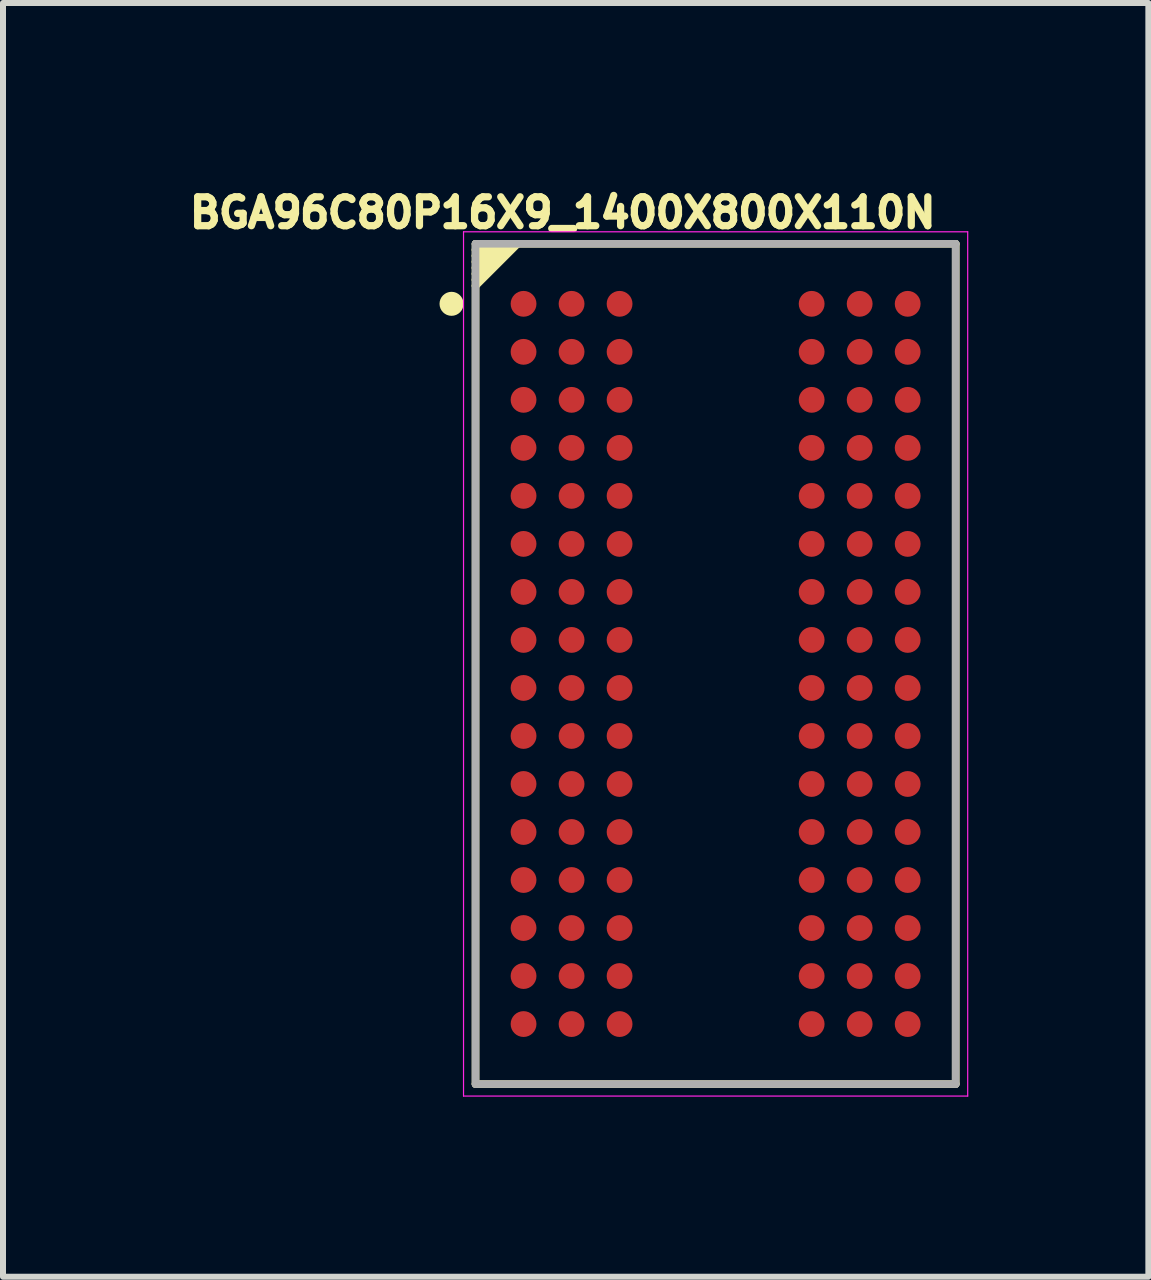
<source format=kicad_pcb>
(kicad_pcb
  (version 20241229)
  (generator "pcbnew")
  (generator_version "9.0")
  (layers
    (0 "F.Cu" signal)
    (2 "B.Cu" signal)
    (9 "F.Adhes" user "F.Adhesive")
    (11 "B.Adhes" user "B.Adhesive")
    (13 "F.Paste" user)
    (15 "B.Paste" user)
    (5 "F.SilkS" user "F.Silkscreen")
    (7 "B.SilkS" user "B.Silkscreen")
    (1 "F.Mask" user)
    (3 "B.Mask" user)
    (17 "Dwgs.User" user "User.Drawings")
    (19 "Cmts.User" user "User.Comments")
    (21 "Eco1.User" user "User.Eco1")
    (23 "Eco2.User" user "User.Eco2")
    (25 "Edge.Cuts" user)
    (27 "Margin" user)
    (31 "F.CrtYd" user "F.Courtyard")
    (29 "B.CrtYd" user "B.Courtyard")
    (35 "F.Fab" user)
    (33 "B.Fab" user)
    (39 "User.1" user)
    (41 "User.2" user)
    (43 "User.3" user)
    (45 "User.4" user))
  (footprint "BGA96C80P16X9_1400X800X110N"
    (layer "F.Cu")
    (at 8.873 8.012)
    (property "Reference" "BGA96C80P16X9_1400X800X110N" (at -2.547 -7.518 0) (layer "F.SilkS") (effects (font (size 0.482 0.482) (thickness 0.15))))
    (attr smd)
    (fp_line (start -4 -7) (end -3.9 -7) (stroke (width 0.127) (type solid)) (layer "F.SilkS"))
    (fp_line (start -4 -6.9) (end -4 -7) (stroke (width 0.127) (type solid)) (layer "F.SilkS"))
    (fp_line (start -4 -6.9) (end -3.9 -6.9) (stroke (width 0.127) (type solid)) (layer "F.SilkS"))
    (fp_line (start -4 -6.8) (end -4 -6.9) (stroke (width 0.127) (type solid)) (layer "F.SilkS"))
    (fp_line (start -4 -6.8) (end -3.8 -7) (stroke (width 0.127) (type solid)) (layer "F.SilkS"))
    (fp_line (start -4 -6.7) (end -4 -6.8) (stroke (width 0.127) (type solid)) (layer "F.SilkS"))
    (fp_line (start -4 -6.7) (end -3.7 -7) (stroke (width 0.127) (type solid)) (layer "F.SilkS"))
    (fp_line (start -4 -6.6) (end -4 -6.7) (stroke (width 0.127) (type solid)) (layer "F.SilkS"))
    (fp_line (start -4 -6.6) (end -3.6 -7) (stroke (width 0.127) (type solid)) (layer "F.SilkS"))
    (fp_line (start -4 -6.5) (end -4 -6.6) (stroke (width 0.127) (type solid)) (layer "F.SilkS"))
    (fp_line (start -4 -6.5) (end -3.5 -7) (stroke (width 0.127) (type solid)) (layer "F.SilkS"))
    (fp_line (start -4 -6.4) (end -4 -6.5) (stroke (width 0.127) (type solid)) (layer "F.SilkS"))
    (fp_line (start -4 -6.4) (end -3.4 -7) (stroke (width 0.127) (type solid)) (layer "F.SilkS"))
    (fp_line (start -4 -6.3) (end -4 -6.4) (stroke (width 0.127) (type solid)) (layer "F.SilkS"))
    (fp_line (start -4 -6.3) (end -3.3 -7) (stroke (width 0.127) (type solid)) (layer "F.SilkS"))
    (fp_line (start -4 7) (end -4 -6.3) (stroke (width 0.127) (type solid)) (layer "F.SilkS"))
    (fp_line (start -3.9 -7) (end -3.8 -7) (stroke (width 0.127) (type solid)) (layer "F.SilkS"))
    (fp_line (start -3.9 -6.9) (end -3.9 -7) (stroke (width 0.127) (type solid)) (layer "F.SilkS"))
    (fp_line (start -3.8 -7) (end -3.7 -7) (stroke (width 0.127) (type solid)) (layer "F.SilkS"))
    (fp_line (start -3.7 -7) (end -3.6 -7) (stroke (width 0.127) (type solid)) (layer "F.SilkS"))
    (fp_line (start -3.6 -7) (end -3.5 -7) (stroke (width 0.127) (type solid)) (layer "F.SilkS"))
    (fp_line (start -3.5 -7) (end -3.4 -7) (stroke (width 0.127) (type solid)) (layer "F.SilkS"))
    (fp_line (start -3.4 -7) (end -3.3 -7) (stroke (width 0.127) (type solid)) (layer "F.SilkS"))
    (fp_line (start -3.3 -7) (end 4 -7) (stroke (width 0.127) (type solid)) (layer "F.SilkS"))
    (fp_line (start 4 -7) (end 4 7) (stroke (width 0.127) (type solid)) (layer "F.SilkS"))
    (fp_line (start 4 7) (end -4 7) (stroke (width 0.127) (type solid)) (layer "F.SilkS"))
    (fp_circle (center -4.4 -6) (end -4.3 -6) (stroke (width 0.2) (type solid)) (fill no) (layer "F.SilkS"))
    (fp_line (start -4.2 -7.2) (end 4.2 -7.2) (stroke (width 0.02) (type solid)) (layer "F.CrtYd"))
    (fp_line (start -4.2 7.2) (end -4.2 -7.2) (stroke (width 0.02) (type solid)) (layer "F.CrtYd"))
    (fp_line (start 4.2 -7.2) (end 4.2 7.2) (stroke (width 0.02) (type solid)) (layer "F.CrtYd"))
    (fp_line (start 4.2 7.2) (end -4.2 7.2) (stroke (width 0.02) (type solid)) (layer "F.CrtYd"))
    (fp_line (start -4 -7) (end 4 -7) (stroke (width 0.127) (type solid)) (layer "F.Fab"))
    (fp_line (start -4 7) (end -4 -7) (stroke (width 0.127) (type solid)) (layer "F.Fab"))
    (fp_line (start 4 -7) (end 4 7) (stroke (width 0.127) (type solid)) (layer "F.Fab"))
    (fp_line (start 4 7) (end -4 7) (stroke (width 0.127) (type solid)) (layer "F.Fab"))
    (pad "A1" smd circle (at -3.2 -6) (size 0.43 0.43) (layers "F.Cu" "F.Mask" "F.Paste"))
    (pad "A2" smd circle (at -2.4 -6) (size 0.43 0.43) (layers "F.Cu" "F.Mask" "F.Paste"))
    (pad "A3" smd circle (at -1.6 -6) (size 0.43 0.43) (layers "F.Cu" "F.Mask" "F.Paste"))
    (pad "A7" smd circle (at 1.6 -6) (size 0.43 0.43) (layers "F.Cu" "F.Mask" "F.Paste"))
    (pad "A8" smd circle (at 2.4 -6) (size 0.43 0.43) (layers "F.Cu" "F.Mask" "F.Paste"))
    (pad "A9" smd circle (at 3.2 -6) (size 0.43 0.43) (layers "F.Cu" "F.Mask" "F.Paste"))
    (pad "B1" smd circle (at -3.2 -5.2) (size 0.43 0.43) (layers "F.Cu" "F.Mask" "F.Paste"))
    (pad "B2" smd circle (at -2.4 -5.2) (size 0.43 0.43) (layers "F.Cu" "F.Mask" "F.Paste"))
    (pad "B3" smd circle (at -1.6 -5.2) (size 0.43 0.43) (layers "F.Cu" "F.Mask" "F.Paste"))
    (pad "B7" smd circle (at 1.6 -5.2) (size 0.43 0.43) (layers "F.Cu" "F.Mask" "F.Paste"))
    (pad "B8" smd circle (at 2.4 -5.2) (size 0.43 0.43) (layers "F.Cu" "F.Mask" "F.Paste"))
    (pad "B9" smd circle (at 3.2 -5.2) (size 0.43 0.43) (layers "F.Cu" "F.Mask" "F.Paste"))
    (pad "C1" smd circle (at -3.2 -4.4) (size 0.43 0.43) (layers "F.Cu" "F.Mask" "F.Paste"))
    (pad "C2" smd circle (at -2.4 -4.4) (size 0.43 0.43) (layers "F.Cu" "F.Mask" "F.Paste"))
    (pad "C3" smd circle (at -1.6 -4.4) (size 0.43 0.43) (layers "F.Cu" "F.Mask" "F.Paste"))
    (pad "C7" smd circle (at 1.6 -4.4) (size 0.43 0.43) (layers "F.Cu" "F.Mask" "F.Paste"))
    (pad "C8" smd circle (at 2.4 -4.4) (size 0.43 0.43) (layers "F.Cu" "F.Mask" "F.Paste"))
    (pad "C9" smd circle (at 3.2 -4.4) (size 0.43 0.43) (layers "F.Cu" "F.Mask" "F.Paste"))
    (pad "D1" smd circle (at -3.2 -3.6) (size 0.43 0.43) (layers "F.Cu" "F.Mask" "F.Paste"))
    (pad "D2" smd circle (at -2.4 -3.6) (size 0.43 0.43) (layers "F.Cu" "F.Mask" "F.Paste"))
    (pad "D3" smd circle (at -1.6 -3.6) (size 0.43 0.43) (layers "F.Cu" "F.Mask" "F.Paste"))
    (pad "D7" smd circle (at 1.6 -3.6) (size 0.43 0.43) (layers "F.Cu" "F.Mask" "F.Paste"))
    (pad "D8" smd circle (at 2.4 -3.6) (size 0.43 0.43) (layers "F.Cu" "F.Mask" "F.Paste"))
    (pad "D9" smd circle (at 3.2 -3.6) (size 0.43 0.43) (layers "F.Cu" "F.Mask" "F.Paste"))
    (pad "E1" smd circle (at -3.2 -2.8) (size 0.43 0.43) (layers "F.Cu" "F.Mask" "F.Paste"))
    (pad "E2" smd circle (at -2.4 -2.8) (size 0.43 0.43) (layers "F.Cu" "F.Mask" "F.Paste"))
    (pad "E3" smd circle (at -1.6 -2.8) (size 0.43 0.43) (layers "F.Cu" "F.Mask" "F.Paste"))
    (pad "E7" smd circle (at 1.6 -2.8) (size 0.43 0.43) (layers "F.Cu" "F.Mask" "F.Paste"))
    (pad "E8" smd circle (at 2.4 -2.8) (size 0.43 0.43) (layers "F.Cu" "F.Mask" "F.Paste"))
    (pad "E9" smd circle (at 3.2 -2.8) (size 0.43 0.43) (layers "F.Cu" "F.Mask" "F.Paste"))
    (pad "F1" smd circle (at -3.2 -2) (size 0.43 0.43) (layers "F.Cu" "F.Mask" "F.Paste"))
    (pad "F2" smd circle (at -2.4 -2) (size 0.43 0.43) (layers "F.Cu" "F.Mask" "F.Paste"))
    (pad "F3" smd circle (at -1.6 -2) (size 0.43 0.43) (layers "F.Cu" "F.Mask" "F.Paste"))
    (pad "F7" smd circle (at 1.6 -2) (size 0.43 0.43) (layers "F.Cu" "F.Mask" "F.Paste"))
    (pad "F8" smd circle (at 2.4 -2) (size 0.43 0.43) (layers "F.Cu" "F.Mask" "F.Paste"))
    (pad "F9" smd circle (at 3.2 -2) (size 0.43 0.43) (layers "F.Cu" "F.Mask" "F.Paste"))
    (pad "G1" smd circle (at -3.2 -1.2) (size 0.43 0.43) (layers "F.Cu" "F.Mask" "F.Paste"))
    (pad "G2" smd circle (at -2.4 -1.2) (size 0.43 0.43) (layers "F.Cu" "F.Mask" "F.Paste"))
    (pad "G3" smd circle (at -1.6 -1.2) (size 0.43 0.43) (layers "F.Cu" "F.Mask" "F.Paste"))
    (pad "G7" smd circle (at 1.6 -1.2) (size 0.43 0.43) (layers "F.Cu" "F.Mask" "F.Paste"))
    (pad "G8" smd circle (at 2.4 -1.2) (size 0.43 0.43) (layers "F.Cu" "F.Mask" "F.Paste"))
    (pad "G9" smd circle (at 3.2 -1.2) (size 0.43 0.43) (layers "F.Cu" "F.Mask" "F.Paste"))
    (pad "H1" smd circle (at -3.2 -0.4) (size 0.43 0.43) (layers "F.Cu" "F.Mask" "F.Paste"))
    (pad "H2" smd circle (at -2.4 -0.4) (size 0.43 0.43) (layers "F.Cu" "F.Mask" "F.Paste"))
    (pad "H3" smd circle (at -1.6 -0.4) (size 0.43 0.43) (layers "F.Cu" "F.Mask" "F.Paste"))
    (pad "H7" smd circle (at 1.6 -0.4) (size 0.43 0.43) (layers "F.Cu" "F.Mask" "F.Paste"))
    (pad "H8" smd circle (at 2.4 -0.4) (size 0.43 0.43) (layers "F.Cu" "F.Mask" "F.Paste"))
    (pad "H9" smd circle (at 3.2 -0.4) (size 0.43 0.43) (layers "F.Cu" "F.Mask" "F.Paste"))
    (pad "J1" smd circle (at -3.2 0.4) (size 0.43 0.43) (layers "F.Cu" "F.Mask" "F.Paste"))
    (pad "J2" smd circle (at -2.4 0.4) (size 0.43 0.43) (layers "F.Cu" "F.Mask" "F.Paste"))
    (pad "J3" smd circle (at -1.6 0.4) (size 0.43 0.43) (layers "F.Cu" "F.Mask" "F.Paste"))
    (pad "J7" smd circle (at 1.6 0.4) (size 0.43 0.43) (layers "F.Cu" "F.Mask" "F.Paste"))
    (pad "J8" smd circle (at 2.4 0.4) (size 0.43 0.43) (layers "F.Cu" "F.Mask" "F.Paste"))
    (pad "J9" smd circle (at 3.2 0.4) (size 0.43 0.43) (layers "F.Cu" "F.Mask" "F.Paste"))
    (pad "K1" smd circle (at -3.2 1.2) (size 0.43 0.43) (layers "F.Cu" "F.Mask" "F.Paste"))
    (pad "K2" smd circle (at -2.4 1.2) (size 0.43 0.43) (layers "F.Cu" "F.Mask" "F.Paste"))
    (pad "K3" smd circle (at -1.6 1.2) (size 0.43 0.43) (layers "F.Cu" "F.Mask" "F.Paste"))
    (pad "K7" smd circle (at 1.6 1.2) (size 0.43 0.43) (layers "F.Cu" "F.Mask" "F.Paste"))
    (pad "K8" smd circle (at 2.4 1.2) (size 0.43 0.43) (layers "F.Cu" "F.Mask" "F.Paste"))
    (pad "K9" smd circle (at 3.2 1.2) (size 0.43 0.43) (layers "F.Cu" "F.Mask" "F.Paste"))
    (pad "L1" smd circle (at -3.2 2) (size 0.43 0.43) (layers "F.Cu" "F.Mask" "F.Paste"))
    (pad "L2" smd circle (at -2.4 2) (size 0.43 0.43) (layers "F.Cu" "F.Mask" "F.Paste"))
    (pad "L3" smd circle (at -1.6 2) (size 0.43 0.43) (layers "F.Cu" "F.Mask" "F.Paste"))
    (pad "L7" smd circle (at 1.6 2) (size 0.43 0.43) (layers "F.Cu" "F.Mask" "F.Paste"))
    (pad "L8" smd circle (at 2.4 2) (size 0.43 0.43) (layers "F.Cu" "F.Mask" "F.Paste"))
    (pad "L9" smd circle (at 3.2 2) (size 0.43 0.43) (layers "F.Cu" "F.Mask" "F.Paste"))
    (pad "M1" smd circle (at -3.2 2.8) (size 0.43 0.43) (layers "F.Cu" "F.Mask" "F.Paste"))
    (pad "M2" smd circle (at -2.4 2.8) (size 0.43 0.43) (layers "F.Cu" "F.Mask" "F.Paste"))
    (pad "M3" smd circle (at -1.6 2.8) (size 0.43 0.43) (layers "F.Cu" "F.Mask" "F.Paste"))
    (pad "M7" smd circle (at 1.6 2.8) (size 0.43 0.43) (layers "F.Cu" "F.Mask" "F.Paste"))
    (pad "M8" smd circle (at 2.4 2.8) (size 0.43 0.43) (layers "F.Cu" "F.Mask" "F.Paste"))
    (pad "M9" smd circle (at 3.2 2.8) (size 0.43 0.43) (layers "F.Cu" "F.Mask" "F.Paste"))
    (pad "N1" smd circle (at -3.2 3.6) (size 0.43 0.43) (layers "F.Cu" "F.Mask" "F.Paste"))
    (pad "N2" smd circle (at -2.4 3.6) (size 0.43 0.43) (layers "F.Cu" "F.Mask" "F.Paste"))
    (pad "N3" smd circle (at -1.6 3.6) (size 0.43 0.43) (layers "F.Cu" "F.Mask" "F.Paste"))
    (pad "N7" smd circle (at 1.6 3.6) (size 0.43 0.43) (layers "F.Cu" "F.Mask" "F.Paste"))
    (pad "N8" smd circle (at 2.4 3.6) (size 0.43 0.43) (layers "F.Cu" "F.Mask" "F.Paste"))
    (pad "N9" smd circle (at 3.2 3.6) (size 0.43 0.43) (layers "F.Cu" "F.Mask" "F.Paste"))
    (pad "P1" smd circle (at -3.2 4.4) (size 0.43 0.43) (layers "F.Cu" "F.Mask" "F.Paste"))
    (pad "P2" smd circle (at -2.4 4.4) (size 0.43 0.43) (layers "F.Cu" "F.Mask" "F.Paste"))
    (pad "P3" smd circle (at -1.6 4.4) (size 0.43 0.43) (layers "F.Cu" "F.Mask" "F.Paste"))
    (pad "P7" smd circle (at 1.6 4.4) (size 0.43 0.43) (layers "F.Cu" "F.Mask" "F.Paste"))
    (pad "P8" smd circle (at 2.4 4.4) (size 0.43 0.43) (layers "F.Cu" "F.Mask" "F.Paste"))
    (pad "P9" smd circle (at 3.2 4.4) (size 0.43 0.43) (layers "F.Cu" "F.Mask" "F.Paste"))
    (pad "R1" smd circle (at -3.2 5.2) (size 0.43 0.43) (layers "F.Cu" "F.Mask" "F.Paste"))
    (pad "R2" smd circle (at -2.4 5.2) (size 0.43 0.43) (layers "F.Cu" "F.Mask" "F.Paste"))
    (pad "R3" smd circle (at -1.6 5.2) (size 0.43 0.43) (layers "F.Cu" "F.Mask" "F.Paste"))
    (pad "R7" smd circle (at 1.6 5.2) (size 0.43 0.43) (layers "F.Cu" "F.Mask" "F.Paste"))
    (pad "R8" smd circle (at 2.4 5.2) (size 0.43 0.43) (layers "F.Cu" "F.Mask" "F.Paste"))
    (pad "R9" smd circle (at 3.2 5.2) (size 0.43 0.43) (layers "F.Cu" "F.Mask" "F.Paste"))
    (pad "T1" smd circle (at -3.2 6) (size 0.43 0.43) (layers "F.Cu" "F.Mask" "F.Paste"))
    (pad "T2" smd circle (at -2.4 6) (size 0.43 0.43) (layers "F.Cu" "F.Mask" "F.Paste"))
    (pad "T3" smd circle (at -1.6 6) (size 0.43 0.43) (layers "F.Cu" "F.Mask" "F.Paste"))
    (pad "T7" smd circle (at 1.6 6) (size 0.43 0.43) (layers "F.Cu" "F.Mask" "F.Paste"))
    (pad "T8" smd circle (at 2.4 6) (size 0.43 0.43) (layers "F.Cu" "F.Mask" "F.Paste"))
    (pad "T9" smd circle (at 3.2 6) (size 0.43 0.43) (layers "F.Cu" "F.Mask" "F.Paste")))
  (gr_rect
    (start -3 -3)
    (end 16.083 18.222)
    (stroke (width 0.1) (type default))
    (fill no)
    (layer "Edge.Cuts")))
</source>
